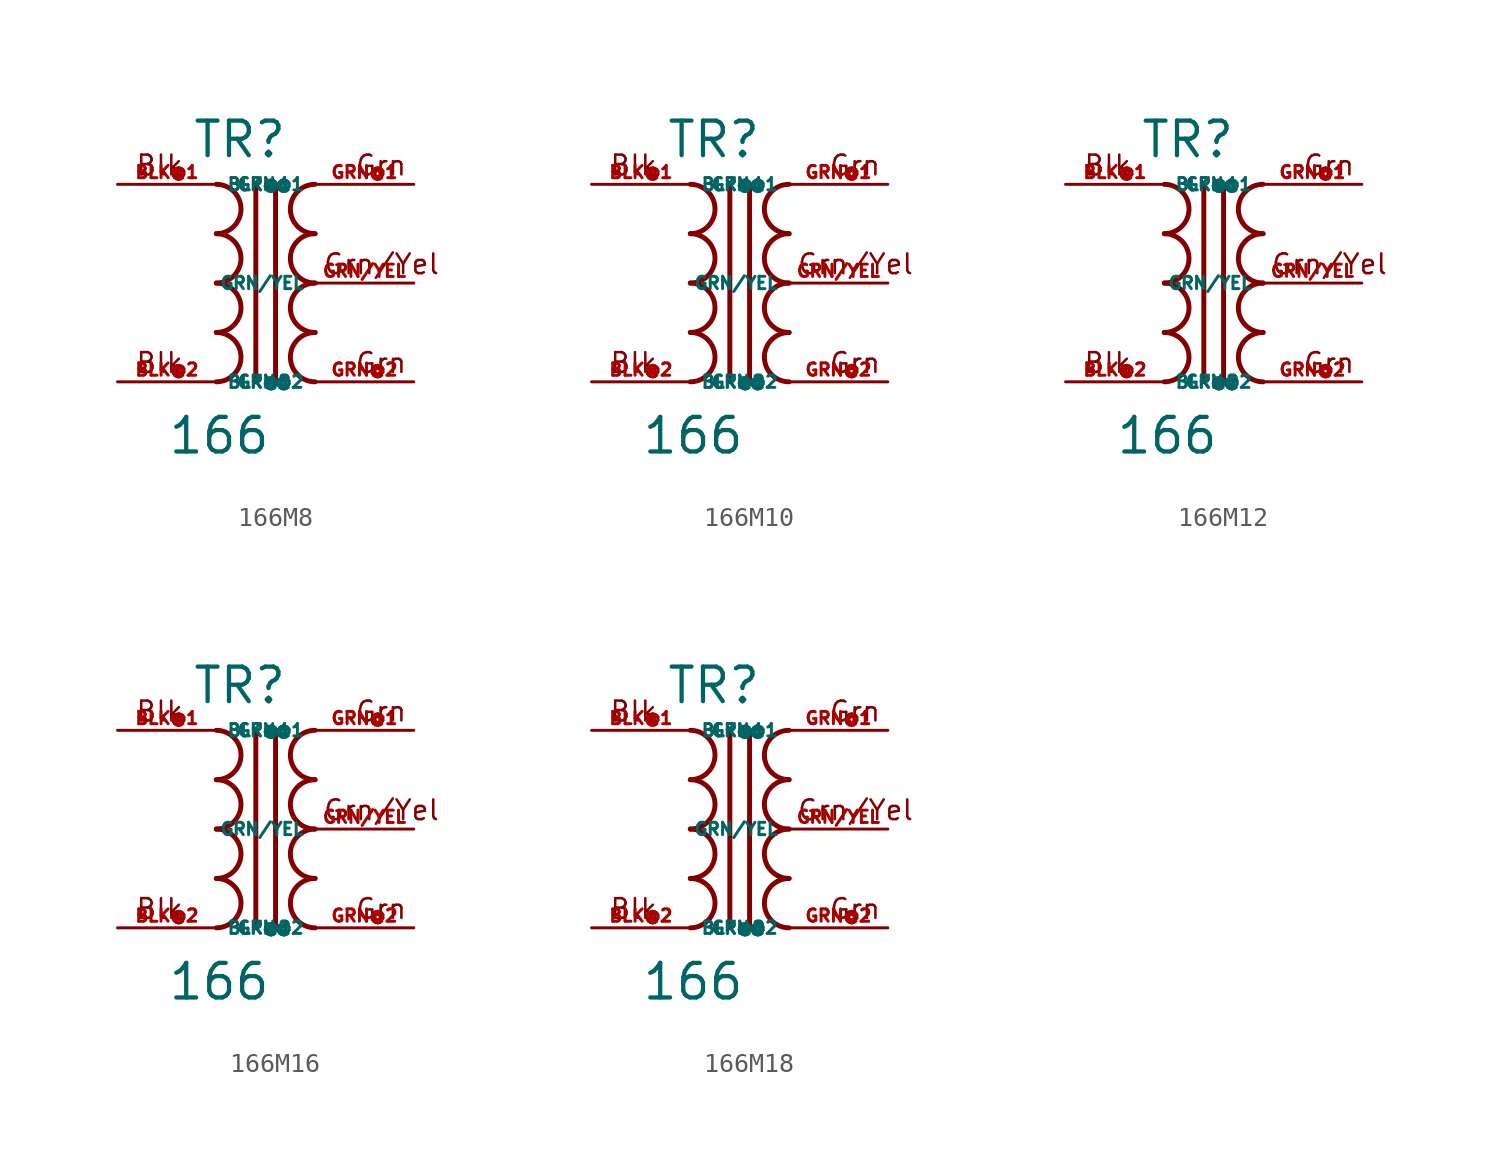
<source format=kicad_sym>
(kicad_symbol_lib
  (version 20220914)
  (generator Eagle2Kicad)
  (symbol "166M8"
    (property "Reference" "TR"
      (at -3.81 6.35 0)
      (effects (font (size 1.778 1.778) (thickness 0.22)) (justify left bottom)))
    (property "Value" "166"
      (at -5.08 -8.89 0)
      (effects (font (size 1.778 1.778) (thickness 0.22)) (justify left bottom)))
    (polyline
      (pts (xy -0.508 5.08) (xy -0.508 -5.08))
      (stroke (width 0.254) (type default))
      (fill (type none)))
    (arc
      (start -2.54 0)
      (mid -1.270 1.270)
      (end -2.54 2.54)
      (stroke (width 0.254) (type default))
      (fill (type none)))
    (arc
      (start -2.54 -2.54)
      (mid -1.270 -1.270)
      (end -2.54 0)
      (stroke (width 0.254) (type default))
      (fill (type none)))
    (arc
      (start -2.54 -5.08)
      (mid -1.270 -3.810)
      (end -2.54 -2.54)
      (stroke (width 0.254) (type default))
      (fill (type none)))
    (arc
      (start -2.54 2.54)
      (mid -1.270 3.810)
      (end -2.54 5.08)
      (stroke (width 0.254) (type default))
      (fill (type none)))
    (arc
      (start 2.54 2.54)
      (mid 1.270 1.270)
      (end 2.54 0)
      (stroke (width 0.254) (type default))
      (fill (type none)))
    (arc
      (start 2.54 5.08)
      (mid 1.270 3.810)
      (end 2.54 2.54)
      (stroke (width 0.254) (type default))
      (fill (type none)))
    (arc
      (start 2.54 0)
      (mid 1.270 -1.270)
      (end 2.54 -2.54)
      (stroke (width 0.254) (type default))
      (fill (type none)))
    (arc
      (start 2.54 -2.54)
      (mid 1.270 -3.810)
      (end 2.54 -5.08)
      (stroke (width 0.254) (type default))
      (fill (type none)))
    (polyline
      (pts (xy 0.508 5.08) (xy 0.508 -5.08))
      (stroke (width 0.254) (type default))
      (fill (type none)))
    (text "Blk"
      (at -6.731 5.461 0)
      (effects (font (size 1.016 1.016) (thickness 0.13)) (justify left bottom)))
    (text "Blk"
      (at -6.731 -4.699 0)
      (effects (font (size 1.016 1.016) (thickness 0.13)) (justify left bottom)))
    (text "Grn"
      (at 4.572 5.461 0)
      (effects (font (size 1.016 1.016) (thickness 0.13)) (justify left bottom)))
    (text "Grn"
      (at 4.572 -4.699 0)
      (effects (font (size 1.016 1.016) (thickness 0.13)) (justify left bottom)))
    (text "Grn/Yel"
      (at 2.921 0.381 0)
      (effects (font (size 1.016 1.016) (thickness 0.13)) (justify left bottom)))
    (pin passive line
      (at -7.62 5.08 0)
      (length 5.08)
      (name "BLK@1" (effects (font (size 0.635 0.635) (thickness 0.08)) (justify left bottom)))
      (number "BLK@1" (effects (font (size 0.635 0.635) (thickness 0.08)) (justify left bottom))))
    (pin passive line
      (at -7.62 -5.08 0)
      (length 5.08)
      (name "BLK@2" (effects (font (size 0.635 0.635) (thickness 0.08)) (justify left bottom)))
      (number "BLK@2" (effects (font (size 0.635 0.635) (thickness 0.08)) (justify left bottom))))
    (pin passive line
      (at 7.62 5.08 180)
      (length 5.08)
      (name "GRN@1" (effects (font (size 0.635 0.635) (thickness 0.08)) (justify left bottom)))
      (number "GRN@1" (effects (font (size 0.635 0.635) (thickness 0.08)) (justify left bottom))))
    (pin passive line
      (at 7.62 0 180)
      (length 5.08)
      (name "GRN/YEL" (effects (font (size 0.635 0.635) (thickness 0.08)) (justify left bottom)))
      (number "GRN/YEL" (effects (font (size 0.635 0.635) (thickness 0.08)) (justify left bottom))))
    (pin passive line
      (at 7.62 -5.08 180)
      (length 5.08)
      (name "GRN@2" (effects (font (size 0.635 0.635) (thickness 0.08)) (justify left bottom)))
      (number "GRN@2" (effects (font (size 0.635 0.635) (thickness 0.08)) (justify left bottom)))))
  (symbol "166M10"
    (property "Reference" "TR"
      (at -3.81 6.35 0)
      (effects (font (size 1.778 1.778) (thickness 0.22)) (justify left bottom)))
    (property "Value" "166"
      (at -5.08 -8.89 0)
      (effects (font (size 1.778 1.778) (thickness 0.22)) (justify left bottom)))
    (polyline
      (pts (xy -0.508 5.08) (xy -0.508 -5.08))
      (stroke (width 0.254) (type default))
      (fill (type none)))
    (arc
      (start -2.54 0)
      (mid -1.270 1.270)
      (end -2.54 2.54)
      (stroke (width 0.254) (type default))
      (fill (type none)))
    (arc
      (start -2.54 -2.54)
      (mid -1.270 -1.270)
      (end -2.54 0)
      (stroke (width 0.254) (type default))
      (fill (type none)))
    (arc
      (start -2.54 -5.08)
      (mid -1.270 -3.810)
      (end -2.54 -2.54)
      (stroke (width 0.254) (type default))
      (fill (type none)))
    (arc
      (start -2.54 2.54)
      (mid -1.270 3.810)
      (end -2.54 5.08)
      (stroke (width 0.254) (type default))
      (fill (type none)))
    (arc
      (start 2.54 2.54)
      (mid 1.270 1.270)
      (end 2.54 0)
      (stroke (width 0.254) (type default))
      (fill (type none)))
    (arc
      (start 2.54 5.08)
      (mid 1.270 3.810)
      (end 2.54 2.54)
      (stroke (width 0.254) (type default))
      (fill (type none)))
    (arc
      (start 2.54 0)
      (mid 1.270 -1.270)
      (end 2.54 -2.54)
      (stroke (width 0.254) (type default))
      (fill (type none)))
    (arc
      (start 2.54 -2.54)
      (mid 1.270 -3.810)
      (end 2.54 -5.08)
      (stroke (width 0.254) (type default))
      (fill (type none)))
    (polyline
      (pts (xy 0.508 5.08) (xy 0.508 -5.08))
      (stroke (width 0.254) (type default))
      (fill (type none)))
    (text "Blk"
      (at -6.731 5.461 0)
      (effects (font (size 1.016 1.016) (thickness 0.13)) (justify left bottom)))
    (text "Blk"
      (at -6.731 -4.699 0)
      (effects (font (size 1.016 1.016) (thickness 0.13)) (justify left bottom)))
    (text "Grn"
      (at 4.572 5.461 0)
      (effects (font (size 1.016 1.016) (thickness 0.13)) (justify left bottom)))
    (text "Grn"
      (at 4.572 -4.699 0)
      (effects (font (size 1.016 1.016) (thickness 0.13)) (justify left bottom)))
    (text "Grn/Yel"
      (at 2.921 0.381 0)
      (effects (font (size 1.016 1.016) (thickness 0.13)) (justify left bottom)))
    (pin passive line
      (at -7.62 5.08 0)
      (length 5.08)
      (name "BLK@1" (effects (font (size 0.635 0.635) (thickness 0.08)) (justify left bottom)))
      (number "BLK@1" (effects (font (size 0.635 0.635) (thickness 0.08)) (justify left bottom))))
    (pin passive line
      (at -7.62 -5.08 0)
      (length 5.08)
      (name "BLK@2" (effects (font (size 0.635 0.635) (thickness 0.08)) (justify left bottom)))
      (number "BLK@2" (effects (font (size 0.635 0.635) (thickness 0.08)) (justify left bottom))))
    (pin passive line
      (at 7.62 5.08 180)
      (length 5.08)
      (name "GRN@1" (effects (font (size 0.635 0.635) (thickness 0.08)) (justify left bottom)))
      (number "GRN@1" (effects (font (size 0.635 0.635) (thickness 0.08)) (justify left bottom))))
    (pin passive line
      (at 7.62 0 180)
      (length 5.08)
      (name "GRN/YEL" (effects (font (size 0.635 0.635) (thickness 0.08)) (justify left bottom)))
      (number "GRN/YEL" (effects (font (size 0.635 0.635) (thickness 0.08)) (justify left bottom))))
    (pin passive line
      (at 7.62 -5.08 180)
      (length 5.08)
      (name "GRN@2" (effects (font (size 0.635 0.635) (thickness 0.08)) (justify left bottom)))
      (number "GRN@2" (effects (font (size 0.635 0.635) (thickness 0.08)) (justify left bottom)))))
  (symbol "166M12"
    (property "Reference" "TR"
      (at -3.81 6.35 0)
      (effects (font (size 1.778 1.778) (thickness 0.22)) (justify left bottom)))
    (property "Value" "166"
      (at -5.08 -8.89 0)
      (effects (font (size 1.778 1.778) (thickness 0.22)) (justify left bottom)))
    (polyline
      (pts (xy -0.508 5.08) (xy -0.508 -5.08))
      (stroke (width 0.254) (type default))
      (fill (type none)))
    (arc
      (start -2.54 0)
      (mid -1.270 1.270)
      (end -2.54 2.54)
      (stroke (width 0.254) (type default))
      (fill (type none)))
    (arc
      (start -2.54 -2.54)
      (mid -1.270 -1.270)
      (end -2.54 0)
      (stroke (width 0.254) (type default))
      (fill (type none)))
    (arc
      (start -2.54 -5.08)
      (mid -1.270 -3.810)
      (end -2.54 -2.54)
      (stroke (width 0.254) (type default))
      (fill (type none)))
    (arc
      (start -2.54 2.54)
      (mid -1.270 3.810)
      (end -2.54 5.08)
      (stroke (width 0.254) (type default))
      (fill (type none)))
    (arc
      (start 2.54 2.54)
      (mid 1.270 1.270)
      (end 2.54 0)
      (stroke (width 0.254) (type default))
      (fill (type none)))
    (arc
      (start 2.54 5.08)
      (mid 1.270 3.810)
      (end 2.54 2.54)
      (stroke (width 0.254) (type default))
      (fill (type none)))
    (arc
      (start 2.54 0)
      (mid 1.270 -1.270)
      (end 2.54 -2.54)
      (stroke (width 0.254) (type default))
      (fill (type none)))
    (arc
      (start 2.54 -2.54)
      (mid 1.270 -3.810)
      (end 2.54 -5.08)
      (stroke (width 0.254) (type default))
      (fill (type none)))
    (polyline
      (pts (xy 0.508 5.08) (xy 0.508 -5.08))
      (stroke (width 0.254) (type default))
      (fill (type none)))
    (text "Blk"
      (at -6.731 5.461 0)
      (effects (font (size 1.016 1.016) (thickness 0.13)) (justify left bottom)))
    (text "Blk"
      (at -6.731 -4.699 0)
      (effects (font (size 1.016 1.016) (thickness 0.13)) (justify left bottom)))
    (text "Grn"
      (at 4.572 5.461 0)
      (effects (font (size 1.016 1.016) (thickness 0.13)) (justify left bottom)))
    (text "Grn"
      (at 4.572 -4.699 0)
      (effects (font (size 1.016 1.016) (thickness 0.13)) (justify left bottom)))
    (text "Grn/Yel"
      (at 2.921 0.381 0)
      (effects (font (size 1.016 1.016) (thickness 0.13)) (justify left bottom)))
    (pin passive line
      (at -7.62 5.08 0)
      (length 5.08)
      (name "BLK@1" (effects (font (size 0.635 0.635) (thickness 0.08)) (justify left bottom)))
      (number "BLK@1" (effects (font (size 0.635 0.635) (thickness 0.08)) (justify left bottom))))
    (pin passive line
      (at -7.62 -5.08 0)
      (length 5.08)
      (name "BLK@2" (effects (font (size 0.635 0.635) (thickness 0.08)) (justify left bottom)))
      (number "BLK@2" (effects (font (size 0.635 0.635) (thickness 0.08)) (justify left bottom))))
    (pin passive line
      (at 7.62 5.08 180)
      (length 5.08)
      (name "GRN@1" (effects (font (size 0.635 0.635) (thickness 0.08)) (justify left bottom)))
      (number "GRN@1" (effects (font (size 0.635 0.635) (thickness 0.08)) (justify left bottom))))
    (pin passive line
      (at 7.62 0 180)
      (length 5.08)
      (name "GRN/YEL" (effects (font (size 0.635 0.635) (thickness 0.08)) (justify left bottom)))
      (number "GRN/YEL" (effects (font (size 0.635 0.635) (thickness 0.08)) (justify left bottom))))
    (pin passive line
      (at 7.62 -5.08 180)
      (length 5.08)
      (name "GRN@2" (effects (font (size 0.635 0.635) (thickness 0.08)) (justify left bottom)))
      (number "GRN@2" (effects (font (size 0.635 0.635) (thickness 0.08)) (justify left bottom)))))
  (symbol "166M16"
    (property "Reference" "TR"
      (at -3.81 6.35 0)
      (effects (font (size 1.778 1.778) (thickness 0.22)) (justify left bottom)))
    (property "Value" "166"
      (at -5.08 -8.89 0)
      (effects (font (size 1.778 1.778) (thickness 0.22)) (justify left bottom)))
    (polyline
      (pts (xy -0.508 5.08) (xy -0.508 -5.08))
      (stroke (width 0.254) (type default))
      (fill (type none)))
    (arc
      (start -2.54 0)
      (mid -1.270 1.270)
      (end -2.54 2.54)
      (stroke (width 0.254) (type default))
      (fill (type none)))
    (arc
      (start -2.54 -2.54)
      (mid -1.270 -1.270)
      (end -2.54 0)
      (stroke (width 0.254) (type default))
      (fill (type none)))
    (arc
      (start -2.54 -5.08)
      (mid -1.270 -3.810)
      (end -2.54 -2.54)
      (stroke (width 0.254) (type default))
      (fill (type none)))
    (arc
      (start -2.54 2.54)
      (mid -1.270 3.810)
      (end -2.54 5.08)
      (stroke (width 0.254) (type default))
      (fill (type none)))
    (arc
      (start 2.54 2.54)
      (mid 1.270 1.270)
      (end 2.54 0)
      (stroke (width 0.254) (type default))
      (fill (type none)))
    (arc
      (start 2.54 5.08)
      (mid 1.270 3.810)
      (end 2.54 2.54)
      (stroke (width 0.254) (type default))
      (fill (type none)))
    (arc
      (start 2.54 0)
      (mid 1.270 -1.270)
      (end 2.54 -2.54)
      (stroke (width 0.254) (type default))
      (fill (type none)))
    (arc
      (start 2.54 -2.54)
      (mid 1.270 -3.810)
      (end 2.54 -5.08)
      (stroke (width 0.254) (type default))
      (fill (type none)))
    (polyline
      (pts (xy 0.508 5.08) (xy 0.508 -5.08))
      (stroke (width 0.254) (type default))
      (fill (type none)))
    (text "Blk"
      (at -6.731 5.461 0)
      (effects (font (size 1.016 1.016) (thickness 0.13)) (justify left bottom)))
    (text "Blk"
      (at -6.731 -4.699 0)
      (effects (font (size 1.016 1.016) (thickness 0.13)) (justify left bottom)))
    (text "Grn"
      (at 4.572 5.461 0)
      (effects (font (size 1.016 1.016) (thickness 0.13)) (justify left bottom)))
    (text "Grn"
      (at 4.572 -4.699 0)
      (effects (font (size 1.016 1.016) (thickness 0.13)) (justify left bottom)))
    (text "Grn/Yel"
      (at 2.921 0.381 0)
      (effects (font (size 1.016 1.016) (thickness 0.13)) (justify left bottom)))
    (pin passive line
      (at -7.62 5.08 0)
      (length 5.08)
      (name "BLK@1" (effects (font (size 0.635 0.635) (thickness 0.08)) (justify left bottom)))
      (number "BLK@1" (effects (font (size 0.635 0.635) (thickness 0.08)) (justify left bottom))))
    (pin passive line
      (at -7.62 -5.08 0)
      (length 5.08)
      (name "BLK@2" (effects (font (size 0.635 0.635) (thickness 0.08)) (justify left bottom)))
      (number "BLK@2" (effects (font (size 0.635 0.635) (thickness 0.08)) (justify left bottom))))
    (pin passive line
      (at 7.62 5.08 180)
      (length 5.08)
      (name "GRN@1" (effects (font (size 0.635 0.635) (thickness 0.08)) (justify left bottom)))
      (number "GRN@1" (effects (font (size 0.635 0.635) (thickness 0.08)) (justify left bottom))))
    (pin passive line
      (at 7.62 0 180)
      (length 5.08)
      (name "GRN/YEL" (effects (font (size 0.635 0.635) (thickness 0.08)) (justify left bottom)))
      (number "GRN/YEL" (effects (font (size 0.635 0.635) (thickness 0.08)) (justify left bottom))))
    (pin passive line
      (at 7.62 -5.08 180)
      (length 5.08)
      (name "GRN@2" (effects (font (size 0.635 0.635) (thickness 0.08)) (justify left bottom)))
      (number "GRN@2" (effects (font (size 0.635 0.635) (thickness 0.08)) (justify left bottom)))))
  (symbol "166M18"
    (property "Reference" "TR"
      (at -3.81 6.35 0)
      (effects (font (size 1.778 1.778) (thickness 0.22)) (justify left bottom)))
    (property "Value" "166"
      (at -5.08 -8.89 0)
      (effects (font (size 1.778 1.778) (thickness 0.22)) (justify left bottom)))
    (polyline
      (pts (xy -0.508 5.08) (xy -0.508 -5.08))
      (stroke (width 0.254) (type default))
      (fill (type none)))
    (arc
      (start -2.54 0)
      (mid -1.270 1.270)
      (end -2.54 2.54)
      (stroke (width 0.254) (type default))
      (fill (type none)))
    (arc
      (start -2.54 -2.54)
      (mid -1.270 -1.270)
      (end -2.54 0)
      (stroke (width 0.254) (type default))
      (fill (type none)))
    (arc
      (start -2.54 -5.08)
      (mid -1.270 -3.810)
      (end -2.54 -2.54)
      (stroke (width 0.254) (type default))
      (fill (type none)))
    (arc
      (start -2.54 2.54)
      (mid -1.270 3.810)
      (end -2.54 5.08)
      (stroke (width 0.254) (type default))
      (fill (type none)))
    (arc
      (start 2.54 2.54)
      (mid 1.270 1.270)
      (end 2.54 0)
      (stroke (width 0.254) (type default))
      (fill (type none)))
    (arc
      (start 2.54 5.08)
      (mid 1.270 3.810)
      (end 2.54 2.54)
      (stroke (width 0.254) (type default))
      (fill (type none)))
    (arc
      (start 2.54 0)
      (mid 1.270 -1.270)
      (end 2.54 -2.54)
      (stroke (width 0.254) (type default))
      (fill (type none)))
    (arc
      (start 2.54 -2.54)
      (mid 1.270 -3.810)
      (end 2.54 -5.08)
      (stroke (width 0.254) (type default))
      (fill (type none)))
    (polyline
      (pts (xy 0.508 5.08) (xy 0.508 -5.08))
      (stroke (width 0.254) (type default))
      (fill (type none)))
    (text "Blk"
      (at -6.731 5.461 0)
      (effects (font (size 1.016 1.016) (thickness 0.13)) (justify left bottom)))
    (text "Blk"
      (at -6.731 -4.699 0)
      (effects (font (size 1.016 1.016) (thickness 0.13)) (justify left bottom)))
    (text "Grn"
      (at 4.572 5.461 0)
      (effects (font (size 1.016 1.016) (thickness 0.13)) (justify left bottom)))
    (text "Grn"
      (at 4.572 -4.699 0)
      (effects (font (size 1.016 1.016) (thickness 0.13)) (justify left bottom)))
    (text "Grn/Yel"
      (at 2.921 0.381 0)
      (effects (font (size 1.016 1.016) (thickness 0.13)) (justify left bottom)))
    (pin passive line
      (at -7.62 5.08 0)
      (length 5.08)
      (name "BLK@1" (effects (font (size 0.635 0.635) (thickness 0.08)) (justify left bottom)))
      (number "BLK@1" (effects (font (size 0.635 0.635) (thickness 0.08)) (justify left bottom))))
    (pin passive line
      (at -7.62 -5.08 0)
      (length 5.08)
      (name "BLK@2" (effects (font (size 0.635 0.635) (thickness 0.08)) (justify left bottom)))
      (number "BLK@2" (effects (font (size 0.635 0.635) (thickness 0.08)) (justify left bottom))))
    (pin passive line
      (at 7.62 5.08 180)
      (length 5.08)
      (name "GRN@1" (effects (font (size 0.635 0.635) (thickness 0.08)) (justify left bottom)))
      (number "GRN@1" (effects (font (size 0.635 0.635) (thickness 0.08)) (justify left bottom))))
    (pin passive line
      (at 7.62 0 180)
      (length 5.08)
      (name "GRN/YEL" (effects (font (size 0.635 0.635) (thickness 0.08)) (justify left bottom)))
      (number "GRN/YEL" (effects (font (size 0.635 0.635) (thickness 0.08)) (justify left bottom))))
    (pin passive line
      (at 7.62 -5.08 180)
      (length 5.08)
      (name "GRN@2" (effects (font (size 0.635 0.635) (thickness 0.08)) (justify left bottom)))
      (number "GRN@2" (effects (font (size 0.635 0.635) (thickness 0.08)) (justify left bottom))))))
</source>
